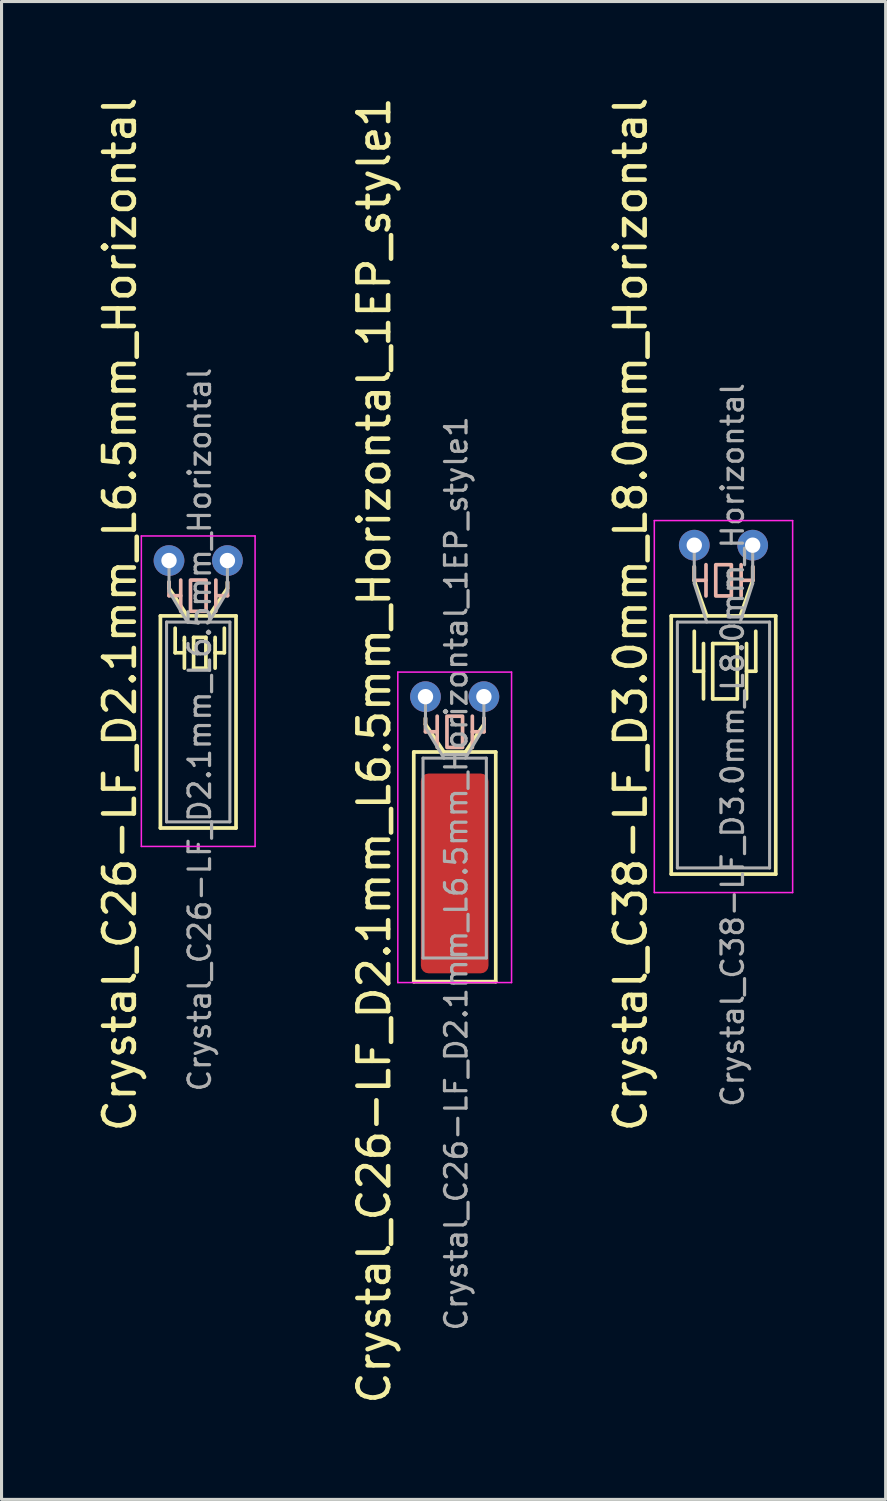
<source format=kicad_pcb>
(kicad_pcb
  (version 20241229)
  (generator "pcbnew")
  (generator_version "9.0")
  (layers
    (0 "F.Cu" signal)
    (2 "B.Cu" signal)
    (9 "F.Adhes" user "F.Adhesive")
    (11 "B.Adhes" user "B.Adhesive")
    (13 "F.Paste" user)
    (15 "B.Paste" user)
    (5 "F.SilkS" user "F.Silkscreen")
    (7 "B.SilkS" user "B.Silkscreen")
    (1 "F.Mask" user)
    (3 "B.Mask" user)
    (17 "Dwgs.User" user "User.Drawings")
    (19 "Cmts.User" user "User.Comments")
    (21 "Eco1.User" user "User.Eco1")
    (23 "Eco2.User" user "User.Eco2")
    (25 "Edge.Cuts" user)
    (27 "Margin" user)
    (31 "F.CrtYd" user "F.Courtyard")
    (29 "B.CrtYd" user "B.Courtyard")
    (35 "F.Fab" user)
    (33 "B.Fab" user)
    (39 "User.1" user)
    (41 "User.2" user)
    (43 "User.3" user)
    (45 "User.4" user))
  (footprint "Crystal_C38-LF_D3.0mm_L8.0mm_Horizontal"
    (layer "F.Cu")
    (at 19.535 14.685)
    (property "Reference" "Crystal_C38-LF_D3.0mm_L8.0mm_Horizontal" (at -2.07 2.25 90) (layer "F.SilkS") (effects (font (size 1 1) (thickness 0.15))))
    (attr through_hole)
    (fp_line (start -0.75 2.3) (end -0.75 10.7) (stroke (width 0.12) (type solid)) (layer "F.SilkS"))
    (fp_line (start -0.75 10.7) (end 2.65 10.7) (stroke (width 0.12) (type solid)) (layer "F.SilkS"))
    (fp_line (start 0 1.15) (end 0 0.7) (stroke (width 0.12) (type solid)) (layer "F.SilkS"))
    (fp_line (start 0 4.1) (end 0 2.8) (stroke (width 0.12) (type solid)) (layer "F.SilkS"))
    (fp_line (start 0.3 4.1) (end 0 4.1) (stroke (width 0.12) (type solid)) (layer "F.SilkS"))
    (fp_line (start 0.3 5) (end 0.3 3.2) (stroke (width 0.12) (type solid)) (layer "F.SilkS"))
    (fp_line (start 0.405 2.3) (end 0 1.15) (stroke (width 0.12) (type solid)) (layer "F.SilkS"))
    (fp_line (start 0.6 3.2) (end 1.4 3.2) (stroke (width 0.12) (type solid)) (layer "F.SilkS"))
    (fp_line (start 0.6 5) (end 0.6 3.2) (stroke (width 0.12) (type solid)) (layer "F.SilkS"))
    (fp_line (start 1.4 3.2) (end 1.4 5) (stroke (width 0.12) (type solid)) (layer "F.SilkS"))
    (fp_line (start 1.4 5) (end 0.6 5) (stroke (width 0.12) (type solid)) (layer "F.SilkS"))
    (fp_line (start 1.495 2.3) (end 1.9 1.15) (stroke (width 0.12) (type solid)) (layer "F.SilkS"))
    (fp_line (start 1.7 3.2) (end 1.7 5) (stroke (width 0.12) (type solid)) (layer "F.SilkS"))
    (fp_line (start 1.7 4.1) (end 2 4.1) (stroke (width 0.12) (type solid)) (layer "F.SilkS"))
    (fp_line (start 1.9 1.15) (end 1.9 0.7) (stroke (width 0.12) (type solid)) (layer "F.SilkS"))
    (fp_line (start 2 4.1) (end 2 2.8) (stroke (width 0.12) (type solid)) (layer "F.SilkS"))
    (fp_line (start 2.65 2.3) (end -0.75 2.3) (stroke (width 0.12) (type solid)) (layer "F.SilkS"))
    (fp_line (start 2.65 10.7) (end 2.65 2.3) (stroke (width 0.12) (type solid)) (layer "F.SilkS"))
    (fp_line (start 0 1.143) (end 0 0.699) (stroke (width 0.12) (type solid)) (layer "B.SilkS"))
    (fp_line (start 0.381 0.635) (end 0.381 1.651) (stroke (width 0.12) (type solid)) (layer "B.SilkS"))
    (fp_line (start 0.381 1.143) (end 0 1.143) (stroke (width 0.12) (type solid)) (layer "B.SilkS"))
    (fp_line (start 1.524 0.635) (end 1.524 1.651) (stroke (width 0.12) (type solid)) (layer "B.SilkS"))
    (fp_line (start 1.524 1.143) (end 1.905 1.143) (stroke (width 0.12) (type solid)) (layer "B.SilkS"))
    (fp_line (start 1.905 1.143) (end 1.905 0.699) (stroke (width 0.12) (type solid)) (layer "B.SilkS"))
    (fp_rect (start 0.699 0.635) (end 1.206 1.651) (stroke (width 0.12) (type solid)) (fill no) (layer "B.SilkS"))
    (fp_line (start -1.3 -0.8) (end -1.3 11.3) (stroke (width 0.05) (type solid)) (layer "F.CrtYd"))
    (fp_line (start -1.3 11.3) (end 3.2 11.3) (stroke (width 0.05) (type solid)) (layer "F.CrtYd"))
    (fp_line (start 3.2 -0.8) (end -1.3 -0.8) (stroke (width 0.05) (type solid)) (layer "F.CrtYd"))
    (fp_line (start 3.2 11.3) (end 3.2 -0.8) (stroke (width 0.05) (type solid)) (layer "F.CrtYd"))
    (fp_line (start -0.55 2.5) (end -0.55 10.5) (stroke (width 0.1) (type solid)) (layer "F.Fab"))
    (fp_line (start -0.55 10.5) (end 2.45 10.5) (stroke (width 0.1) (type solid)) (layer "F.Fab"))
    (fp_line (start 0 1.25) (end 0 0) (stroke (width 0.1) (type solid)) (layer "F.Fab"))
    (fp_line (start 0.405 2.5) (end 0 1.25) (stroke (width 0.1) (type solid)) (layer "F.Fab"))
    (fp_line (start 1.495 2.5) (end 1.9 1.25) (stroke (width 0.1) (type solid)) (layer "F.Fab"))
    (fp_line (start 1.9 1.25) (end 1.9 0) (stroke (width 0.1) (type solid)) (layer "F.Fab"))
    (fp_line (start 2.45 2.5) (end -0.55 2.5) (stroke (width 0.1) (type solid)) (layer "F.Fab"))
    (fp_line (start 2.45 10.5) (end 2.45 2.5) (stroke (width 0.1) (type solid)) (layer "F.Fab"))
    (fp_text user "${REFERENCE}" (at 1.25 6.5 90) (layer "F.Fab") (effects (font (size 0.7 0.7) (thickness 0.105))))
    (pad "1" thru_hole circle (at 0 0) (size 1 1) (drill 0.5) (layers "*.Cu" "*.Mask"))
    (pad "2" thru_hole circle (at 1.9 0) (size 1 1) (drill 0.5) (layers "*.Cu" "*.Mask")))
  (footprint "Crystal_C26-LF_D2.1mm_L6.5mm_Horizontal"
    (layer "F.Cu")
    (at 2.448 15.185)
    (property "Reference" "Crystal_C26-LF_D2.1mm_L6.5mm_Horizontal" (at -1.6 1.75 90) (layer "F.SilkS") (effects (font (size 1 1) (thickness 0.15))))
    (attr through_hole)
    (fp_line (start -0.28 1.8) (end -0.28 8.7) (stroke (width 0.12) (type solid)) (layer "F.SilkS"))
    (fp_line (start -0.28 8.7) (end 2.18 8.7) (stroke (width 0.12) (type solid)) (layer "F.SilkS"))
    (fp_line (start 0 0.9) (end 0 0.7) (stroke (width 0.12) (type solid)) (layer "F.SilkS"))
    (fp_line (start 0.2 3) (end 0.2 2.2) (stroke (width 0.12) (type solid)) (layer "F.SilkS"))
    (fp_line (start 0.5 2.6) (end 0.5 2.5) (stroke (width 0.12) (type solid)) (layer "F.SilkS"))
    (fp_line (start 0.5 3) (end 0.2 3) (stroke (width 0.12) (type solid)) (layer "F.SilkS"))
    (fp_line (start 0.5 3.5) (end 0.5 2.6) (stroke (width 0.12) (type solid)) (layer "F.SilkS"))
    (fp_line (start 0.6 1.8) (end 0 0.9) (stroke (width 0.12) (type solid)) (layer "F.SilkS"))
    (fp_line (start 0.8 2.5) (end 0.8 3.5) (stroke (width 0.12) (type solid)) (layer "F.SilkS"))
    (fp_line (start 0.8 3.5) (end 1.2 3.5) (stroke (width 0.12) (type solid)) (layer "F.SilkS"))
    (fp_line (start 1.2 2.5) (end 0.8 2.5) (stroke (width 0.12) (type solid)) (layer "F.SilkS"))
    (fp_line (start 1.2 3.5) (end 1.2 2.5) (stroke (width 0.12) (type solid)) (layer "F.SilkS"))
    (fp_line (start 1.3 1.8) (end 1.9 0.9) (stroke (width 0.12) (type solid)) (layer "F.SilkS"))
    (fp_line (start 1.5 2.6) (end 1.5 2.5) (stroke (width 0.12) (type solid)) (layer "F.SilkS"))
    (fp_line (start 1.5 3) (end 1.8 3) (stroke (width 0.12) (type solid)) (layer "F.SilkS"))
    (fp_line (start 1.5 3.5) (end 1.5 2.6) (stroke (width 0.12) (type solid)) (layer "F.SilkS"))
    (fp_line (start 1.8 3) (end 1.8 2.2) (stroke (width 0.12) (type solid)) (layer "F.SilkS"))
    (fp_line (start 1.9 0.9) (end 1.9 0.7) (stroke (width 0.12) (type solid)) (layer "F.SilkS"))
    (fp_line (start 2.18 1.8) (end -0.28 1.8) (stroke (width 0.12) (type solid)) (layer "F.SilkS"))
    (fp_line (start 2.18 8.7) (end 2.18 1.8) (stroke (width 0.12) (type solid)) (layer "F.SilkS"))
    (fp_line (start 0 1.143) (end 0 0.699) (stroke (width 0.12) (type solid)) (layer "B.SilkS"))
    (fp_line (start 0.381 0.635) (end 0.381 1.651) (stroke (width 0.12) (type solid)) (layer "B.SilkS"))
    (fp_line (start 0.381 1.143) (end 0 1.143) (stroke (width 0.12) (type solid)) (layer "B.SilkS"))
    (fp_line (start 1.524 0.635) (end 1.524 1.651) (stroke (width 0.12) (type solid)) (layer "B.SilkS"))
    (fp_line (start 1.524 1.143) (end 1.905 1.143) (stroke (width 0.12) (type solid)) (layer "B.SilkS"))
    (fp_line (start 1.905 1.143) (end 1.905 0.699) (stroke (width 0.12) (type solid)) (layer "B.SilkS"))
    (fp_rect (start 0.699 0.635) (end 1.206 1.651) (stroke (width 0.12) (type solid)) (fill no) (layer "B.SilkS"))
    (fp_line (start -0.9 -0.8) (end -0.9 9.3) (stroke (width 0.05) (type solid)) (layer "F.CrtYd"))
    (fp_line (start -0.9 9.3) (end 2.8 9.3) (stroke (width 0.05) (type solid)) (layer "F.CrtYd"))
    (fp_line (start 2.8 -0.8) (end -0.9 -0.8) (stroke (width 0.05) (type solid)) (layer "F.CrtYd"))
    (fp_line (start 2.8 9.3) (end 2.8 -0.8) (stroke (width 0.05) (type solid)) (layer "F.CrtYd"))
    (fp_line (start -0.08 2) (end -0.08 8.5) (stroke (width 0.1) (type solid)) (layer "F.Fab"))
    (fp_line (start -0.08 8.5) (end 1.98 8.5) (stroke (width 0.1) (type solid)) (layer "F.Fab"))
    (fp_line (start 0 1) (end 0 0) (stroke (width 0.1) (type solid)) (layer "F.Fab"))
    (fp_line (start 0.6 2) (end 0 1) (stroke (width 0.1) (type solid)) (layer "F.Fab"))
    (fp_line (start 1.3 2) (end 1.9 1) (stroke (width 0.1) (type solid)) (layer "F.Fab"))
    (fp_line (start 1.9 1) (end 1.9 0) (stroke (width 0.1) (type solid)) (layer "F.Fab"))
    (fp_line (start 1.98 2) (end -0.08 2) (stroke (width 0.1) (type solid)) (layer "F.Fab"))
    (fp_line (start 1.98 8.5) (end 1.98 2) (stroke (width 0.1) (type solid)) (layer "F.Fab"))
    (fp_text user "${REFERENCE}" (at 1 5.5 90) (layer "F.Fab") (effects (font (size 0.7 0.7) (thickness 0.105))))
    (pad "1" thru_hole circle (at 0 0) (size 1 1) (drill 0.5) (layers "*.Cu" "*.Mask"))
    (pad "2" thru_hole circle (at 1.9 0) (size 1 1) (drill 0.5) (layers "*.Cu" "*.Mask")))
  (footprint "Crystal_C26-LF_D2.1mm_L6.5mm_Horizontal_1EP_style1"
    (layer "F.Cu")
    (at 10.791 19.613)
    (property "Reference" "Crystal_C26-LF_D2.1mm_L6.5mm_Horizontal_1EP_style1" (at -1.67 1.75 90) (layer "F.SilkS") (effects (font (size 1 1) (thickness 0.15))))
    (attr through_hole)
    (fp_line (start -0.381 1.8) (end 2.286 1.8) (stroke (width 0.12) (type solid)) (layer "F.SilkS"))
    (fp_line (start -0.381 9.271) (end -0.381 1.8) (stroke (width 0.12) (type solid)) (layer "F.SilkS"))
    (fp_line (start -0.381 9.271) (end 2.286 9.271) (stroke (width 0.12) (type solid)) (layer "F.SilkS"))
    (fp_line (start 0 0.9) (end 0 0.7) (stroke (width 0.12) (type solid)) (layer "F.SilkS"))
    (fp_line (start 0.6 1.8) (end 0 0.9) (stroke (width 0.12) (type solid)) (layer "F.SilkS"))
    (fp_line (start 1.3 1.8) (end 1.9 0.9) (stroke (width 0.12) (type solid)) (layer "F.SilkS"))
    (fp_line (start 1.9 0.9) (end 1.9 0.7) (stroke (width 0.12) (type solid)) (layer "F.SilkS"))
    (fp_line (start 2.286 1.8) (end 2.286 9.271) (stroke (width 0.12) (type solid)) (layer "F.SilkS"))
    (fp_line (start 0 1.143) (end 0 0.699) (stroke (width 0.12) (type solid)) (layer "B.SilkS"))
    (fp_line (start 0.381 0.635) (end 0.381 1.651) (stroke (width 0.12) (type solid)) (layer "B.SilkS"))
    (fp_line (start 0.381 1.143) (end 0 1.143) (stroke (width 0.12) (type solid)) (layer "B.SilkS"))
    (fp_line (start 1.524 0.635) (end 1.524 1.651) (stroke (width 0.12) (type solid)) (layer "B.SilkS"))
    (fp_line (start 1.524 1.143) (end 1.905 1.143) (stroke (width 0.12) (type solid)) (layer "B.SilkS"))
    (fp_line (start 1.905 1.143) (end 1.905 0.699) (stroke (width 0.12) (type solid)) (layer "B.SilkS"))
    (fp_rect (start 0.699 0.635) (end 1.206 1.651) (stroke (width 0.12) (type solid)) (fill no) (layer "B.SilkS"))
    (fp_line (start -0.9 -0.8) (end -0.9 9.3) (stroke (width 0.05) (type solid)) (layer "F.CrtYd"))
    (fp_line (start -0.9 9.3) (end 2.8 9.3) (stroke (width 0.05) (type solid)) (layer "F.CrtYd"))
    (fp_line (start 2.8 -0.8) (end -0.9 -0.8) (stroke (width 0.05) (type solid)) (layer "F.CrtYd"))
    (fp_line (start 2.8 9.3) (end 2.8 -0.8) (stroke (width 0.05) (type solid)) (layer "F.CrtYd"))
    (fp_line (start -0.08 2) (end -0.08 8.5) (stroke (width 0.1) (type solid)) (layer "F.Fab"))
    (fp_line (start -0.08 8.5) (end 1.98 8.5) (stroke (width 0.1) (type solid)) (layer "F.Fab"))
    (fp_line (start 0 1) (end 0 0) (stroke (width 0.1) (type solid)) (layer "F.Fab"))
    (fp_line (start 0.6 2) (end 0 1) (stroke (width 0.1) (type solid)) (layer "F.Fab"))
    (fp_line (start 1.3 2) (end 1.9 1) (stroke (width 0.1) (type solid)) (layer "F.Fab"))
    (fp_line (start 1.9 1) (end 1.9 0) (stroke (width 0.1) (type solid)) (layer "F.Fab"))
    (fp_line (start 1.98 2) (end -0.08 2) (stroke (width 0.1) (type solid)) (layer "F.Fab"))
    (fp_line (start 1.98 8.5) (end 1.98 2) (stroke (width 0.1) (type solid)) (layer "F.Fab"))
    (fp_text user "${REFERENCE}" (at 1 5.75 90) (layer "F.Fab") (effects (font (size 0.7 0.7) (thickness 0.105))))
    (pad "1" thru_hole circle (at 0 0) (size 1 1) (drill 0.5) (layers "*.Cu" "*.Mask"))
    (pad "2" thru_hole circle (at 1.9 0) (size 1 1) (drill 0.5) (layers "*.Cu" "*.Mask"))
    (pad "3" smd roundrect (at 0.95 5.75) (size 2.2 6.5) (layers "F.Cu" "F.Mask" "F.Paste") (roundrect_rratio 0.114)))
  (gr_rect
    (start -3 -3)
    (end 25.76 45.726)
    (stroke (width 0.1) (type default))
    (fill no)
    (layer "Edge.Cuts")))
</source>
